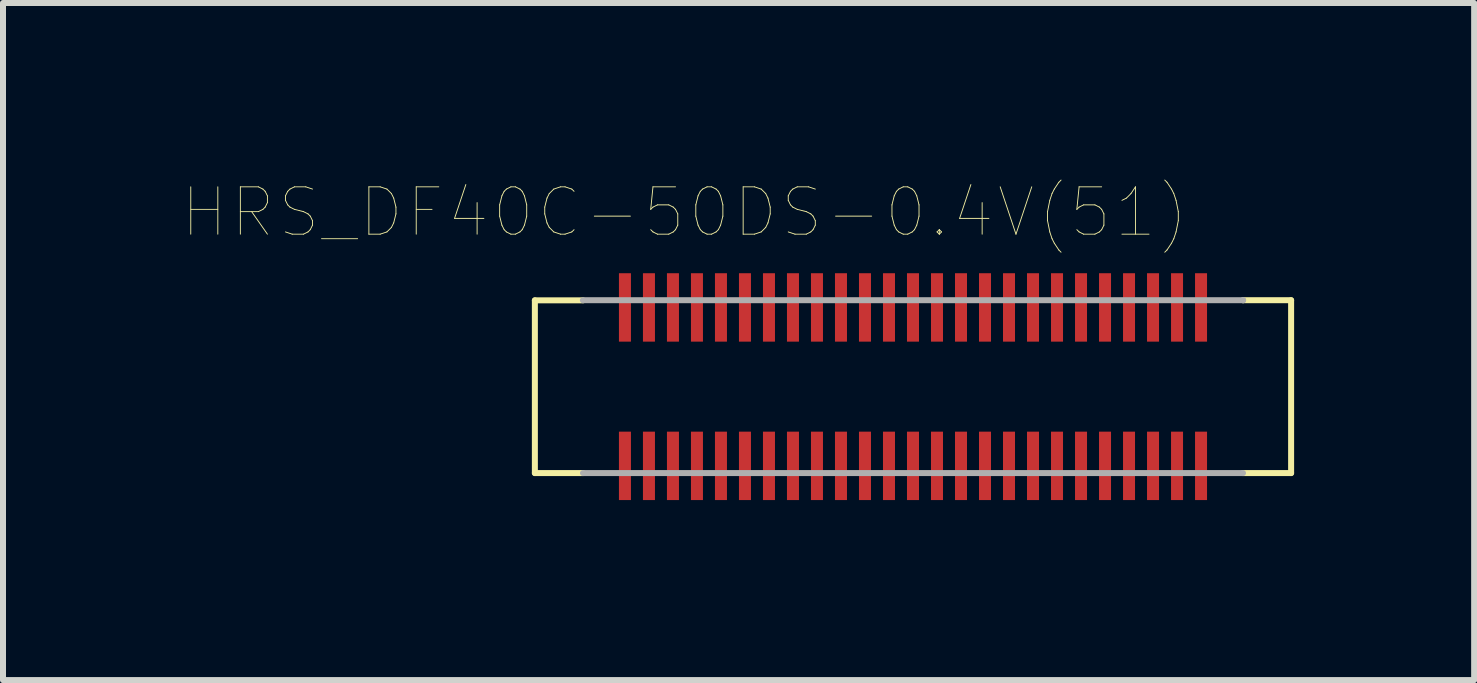
<source format=kicad_pcb>
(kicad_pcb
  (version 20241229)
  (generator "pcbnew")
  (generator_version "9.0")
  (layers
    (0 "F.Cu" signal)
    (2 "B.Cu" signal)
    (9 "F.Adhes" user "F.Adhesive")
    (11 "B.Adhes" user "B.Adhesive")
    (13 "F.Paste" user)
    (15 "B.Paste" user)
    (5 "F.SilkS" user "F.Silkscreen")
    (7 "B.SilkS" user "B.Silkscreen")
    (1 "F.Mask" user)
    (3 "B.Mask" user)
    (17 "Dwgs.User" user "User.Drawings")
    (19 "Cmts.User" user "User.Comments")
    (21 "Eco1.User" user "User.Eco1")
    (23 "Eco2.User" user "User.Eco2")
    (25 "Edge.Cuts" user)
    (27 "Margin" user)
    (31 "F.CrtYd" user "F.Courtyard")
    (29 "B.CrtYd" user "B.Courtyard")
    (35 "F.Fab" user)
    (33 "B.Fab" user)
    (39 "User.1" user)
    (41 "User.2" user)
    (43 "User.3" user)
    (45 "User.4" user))
  (footprint "HRS_DF40C-50DS-0.4V(51)"
    (layer "F.Cu")
    (at 12.164 3.393)
    (property "Reference" "HRS_DF40C-50DS-0.4V(51)" (at -3.807 -2.905 0) (layer "F.SilkS") (effects (font (size 0.789 0.789) (thickness 0.015))))
    (attr through_hole)
    (fp_line (start -6.301 -1.438) (end -6.301 1.44) (stroke (width 0.1) (type solid)) (layer "F.SilkS"))
    (fp_line (start -6.301 1.44) (end -5.499 1.44) (stroke (width 0.1) (type solid)) (layer "F.SilkS"))
    (fp_line (start -5.499 -1.438) (end -6.301 -1.438) (stroke (width 0.1) (type solid)) (layer "F.SilkS"))
    (fp_line (start 5.501 -1.44) (end 6.301 -1.44) (stroke (width 0.1) (type solid)) (layer "F.SilkS"))
    (fp_line (start 6.301 -1.44) (end 6.301 1.44) (stroke (width 0.1) (type solid)) (layer "F.SilkS"))
    (fp_line (start 6.301 1.44) (end 5.499 1.44) (stroke (width 0.1) (type solid)) (layer "F.SilkS"))
    (fp_line (start -5.501 -1.44) (end 5.501 -1.44) (stroke (width 0.1) (type solid)) (layer "F.Fab"))
    (fp_line (start -5.499 1.44) (end 5.499 1.44) (stroke (width 0.1) (type solid)) (layer "F.Fab"))
    (fp_line (start 5.501 -1.44) (end 5.501 -1.441) (stroke (width 0.1) (type solid)) (layer "F.Fab"))
    (pad "1" smd rect (at -4.8 1.32) (size 0.2 1.14) (layers "F.Cu" "F.Mask" "F.Paste"))
    (pad "2" smd rect (at -4.8 -1.32) (size 0.2 1.14) (layers "F.Cu" "F.Mask" "F.Paste"))
    (pad "3" smd rect (at -4.4 1.32) (size 0.2 1.14) (layers "F.Cu" "F.Mask" "F.Paste"))
    (pad "4" smd rect (at -4.4 -1.32) (size 0.2 1.14) (layers "F.Cu" "F.Mask" "F.Paste"))
    (pad "5" smd rect (at -4 1.32) (size 0.2 1.14) (layers "F.Cu" "F.Mask" "F.Paste"))
    (pad "6" smd rect (at -4 -1.32) (size 0.2 1.14) (layers "F.Cu" "F.Mask" "F.Paste"))
    (pad "7" smd rect (at -3.6 1.32) (size 0.2 1.14) (layers "F.Cu" "F.Mask" "F.Paste"))
    (pad "8" smd rect (at -3.6 -1.32) (size 0.2 1.14) (layers "F.Cu" "F.Mask" "F.Paste"))
    (pad "9" smd rect (at -3.2 1.32) (size 0.2 1.14) (layers "F.Cu" "F.Mask" "F.Paste"))
    (pad "10" smd rect (at -3.2 -1.32) (size 0.2 1.14) (layers "F.Cu" "F.Mask" "F.Paste"))
    (pad "11" smd rect (at -2.8 1.32) (size 0.2 1.14) (layers "F.Cu" "F.Mask" "F.Paste"))
    (pad "12" smd rect (at -2.8 -1.32) (size 0.2 1.14) (layers "F.Cu" "F.Mask" "F.Paste"))
    (pad "13" smd rect (at -2.4 1.32) (size 0.2 1.14) (layers "F.Cu" "F.Mask" "F.Paste"))
    (pad "14" smd rect (at -2.4 -1.32) (size 0.2 1.14) (layers "F.Cu" "F.Mask" "F.Paste"))
    (pad "15" smd rect (at -2 1.32) (size 0.2 1.14) (layers "F.Cu" "F.Mask" "F.Paste"))
    (pad "16" smd rect (at -2 -1.32) (size 0.2 1.14) (layers "F.Cu" "F.Mask" "F.Paste"))
    (pad "17" smd rect (at -1.6 1.32) (size 0.2 1.14) (layers "F.Cu" "F.Mask" "F.Paste"))
    (pad "18" smd rect (at -1.6 -1.32) (size 0.2 1.14) (layers "F.Cu" "F.Mask" "F.Paste"))
    (pad "19" smd rect (at -1.2 1.32) (size 0.2 1.14) (layers "F.Cu" "F.Mask" "F.Paste"))
    (pad "20" smd rect (at -1.2 -1.32) (size 0.2 1.14) (layers "F.Cu" "F.Mask" "F.Paste"))
    (pad "21" smd rect (at -0.8 1.32) (size 0.2 1.14) (layers "F.Cu" "F.Mask" "F.Paste"))
    (pad "22" smd rect (at -0.8 -1.32) (size 0.2 1.14) (layers "F.Cu" "F.Mask" "F.Paste"))
    (pad "23" smd rect (at -0.4 1.32) (size 0.2 1.14) (layers "F.Cu" "F.Mask" "F.Paste"))
    (pad "24" smd rect (at -0.4 -1.32) (size 0.2 1.14) (layers "F.Cu" "F.Mask" "F.Paste"))
    (pad "25" smd rect (at 0 1.32) (size 0.2 1.14) (layers "F.Cu" "F.Mask" "F.Paste"))
    (pad "26" smd rect (at 0 -1.32) (size 0.2 1.14) (layers "F.Cu" "F.Mask" "F.Paste"))
    (pad "27" smd rect (at 0.4 1.32) (size 0.2 1.14) (layers "F.Cu" "F.Mask" "F.Paste"))
    (pad "28" smd rect (at 0.4 -1.32) (size 0.2 1.14) (layers "F.Cu" "F.Mask" "F.Paste"))
    (pad "29" smd rect (at 0.8 1.32) (size 0.2 1.14) (layers "F.Cu" "F.Mask" "F.Paste"))
    (pad "30" smd rect (at 0.8 -1.32) (size 0.2 1.14) (layers "F.Cu" "F.Mask" "F.Paste"))
    (pad "31" smd rect (at 1.2 1.32) (size 0.2 1.14) (layers "F.Cu" "F.Mask" "F.Paste"))
    (pad "32" smd rect (at 1.2 -1.32) (size 0.2 1.14) (layers "F.Cu" "F.Mask" "F.Paste"))
    (pad "33" smd rect (at 1.6 1.32) (size 0.2 1.14) (layers "F.Cu" "F.Mask" "F.Paste"))
    (pad "34" smd rect (at 1.6 -1.32) (size 0.2 1.14) (layers "F.Cu" "F.Mask" "F.Paste"))
    (pad "35" smd rect (at 2 1.32) (size 0.2 1.14) (layers "F.Cu" "F.Mask" "F.Paste"))
    (pad "36" smd rect (at 2 -1.32) (size 0.2 1.14) (layers "F.Cu" "F.Mask" "F.Paste"))
    (pad "37" smd rect (at 2.4 1.32) (size 0.2 1.14) (layers "F.Cu" "F.Mask" "F.Paste"))
    (pad "38" smd rect (at 2.4 -1.32) (size 0.2 1.14) (layers "F.Cu" "F.Mask" "F.Paste"))
    (pad "39" smd rect (at 2.8 1.32) (size 0.2 1.14) (layers "F.Cu" "F.Mask" "F.Paste"))
    (pad "40" smd rect (at 2.8 -1.32) (size 0.2 1.14) (layers "F.Cu" "F.Mask" "F.Paste"))
    (pad "41" smd rect (at 3.2 1.32) (size 0.2 1.14) (layers "F.Cu" "F.Mask" "F.Paste"))
    (pad "42" smd rect (at 3.2 -1.32) (size 0.2 1.14) (layers "F.Cu" "F.Mask" "F.Paste"))
    (pad "43" smd rect (at 3.6 1.32) (size 0.2 1.14) (layers "F.Cu" "F.Mask" "F.Paste"))
    (pad "44" smd rect (at 3.6 -1.32) (size 0.2 1.14) (layers "F.Cu" "F.Mask" "F.Paste"))
    (pad "45" smd rect (at 4 1.32) (size 0.2 1.14) (layers "F.Cu" "F.Mask" "F.Paste"))
    (pad "46" smd rect (at 4 -1.32) (size 0.2 1.14) (layers "F.Cu" "F.Mask" "F.Paste"))
    (pad "47" smd rect (at 4.4 1.32) (size 0.2 1.14) (layers "F.Cu" "F.Mask" "F.Paste"))
    (pad "48" smd rect (at 4.4 -1.32) (size 0.2 1.14) (layers "F.Cu" "F.Mask" "F.Paste"))
    (pad "49" smd rect (at 4.8 1.32) (size 0.2 1.14) (layers "F.Cu" "F.Mask" "F.Paste"))
    (pad "50" smd rect (at 4.8 -1.32) (size 0.2 1.14) (layers "F.Cu" "F.Mask" "F.Paste")))
  (gr_rect
    (start -3 -3)
    (end 21.515 8.283)
    (stroke (width 0.1) (type default))
    (fill no)
    (layer "Edge.Cuts")))
</source>
